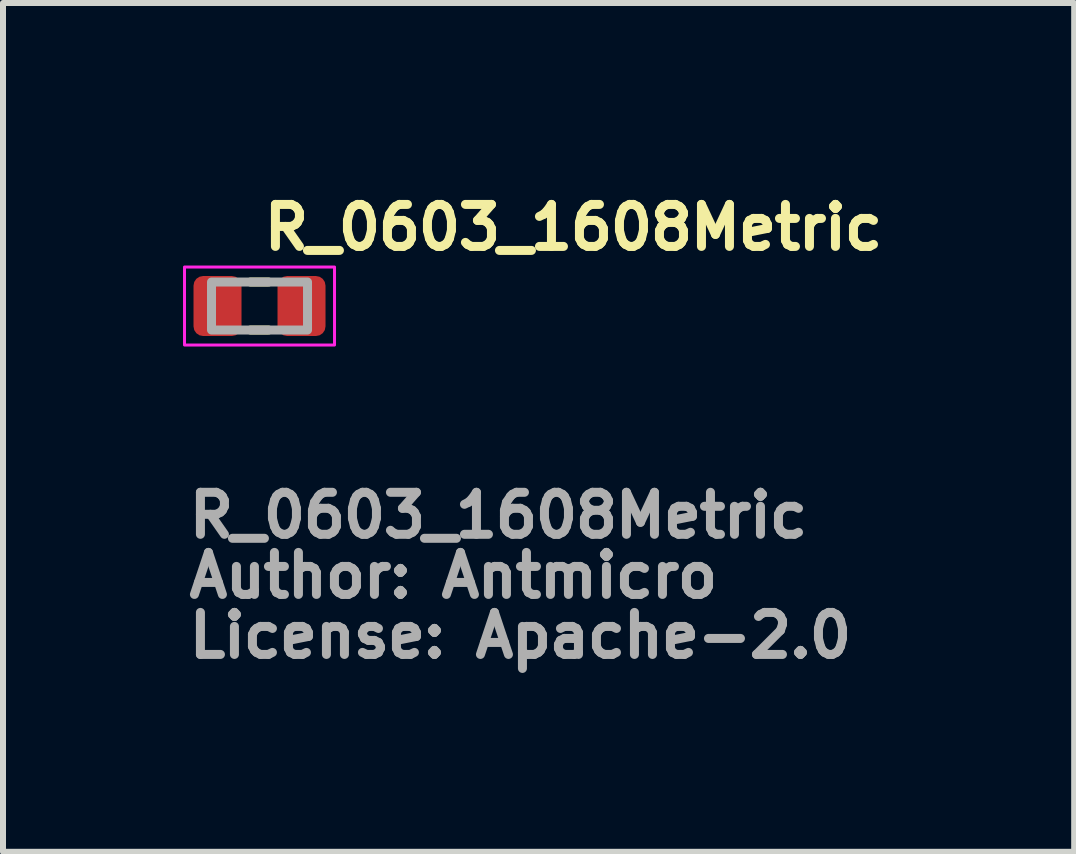
<source format=kicad_pcb>
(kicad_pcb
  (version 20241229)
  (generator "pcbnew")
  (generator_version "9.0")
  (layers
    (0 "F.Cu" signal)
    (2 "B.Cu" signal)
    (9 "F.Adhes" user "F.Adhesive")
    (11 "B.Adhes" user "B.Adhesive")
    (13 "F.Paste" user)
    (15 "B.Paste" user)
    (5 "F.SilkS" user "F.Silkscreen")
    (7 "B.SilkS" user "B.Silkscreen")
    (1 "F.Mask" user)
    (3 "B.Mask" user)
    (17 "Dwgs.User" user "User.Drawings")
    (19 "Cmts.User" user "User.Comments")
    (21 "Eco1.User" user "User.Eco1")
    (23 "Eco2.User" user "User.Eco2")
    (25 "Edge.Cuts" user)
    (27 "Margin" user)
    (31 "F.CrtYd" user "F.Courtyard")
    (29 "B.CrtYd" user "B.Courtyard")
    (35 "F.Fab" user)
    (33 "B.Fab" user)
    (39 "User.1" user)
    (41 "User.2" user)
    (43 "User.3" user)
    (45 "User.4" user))
  (footprint "R_0603_1608Metric"
    (layer "F.Cu")
    (at 1.275 2.05)
    (property "Reference" "R_0603_1608Metric" (at 0 -0.9 0) (layer "F.SilkS") (effects (font (size 0.7 0.7) (thickness 0.15)) (justify left bottom)))
    (attr smd)
    (fp_line (start -0.15 -0.4) (end 0.15 -0.4) (stroke (width 0.15) (type solid)) (layer "F.SilkS"))
    (fp_line (start -0.15 0.4) (end 0.15 0.4) (stroke (width 0.15) (type solid)) (layer "F.SilkS"))
    (fp_rect (start -1.25 -0.65) (end 1.25 0.65) (stroke (width 0.05) (type solid)) (fill no) (layer "F.CrtYd"))
    (fp_rect (start -0.8 -0.4) (end 0.8 0.4) (stroke (width 0.15) (type solid)) (fill no) (layer "F.Fab"))
    (fp_rect (start -0.8 -0.4) (end 0.8 0.4) (stroke (width 0.1) (type solid)) (fill no) (layer "User.5"))
    (fp_line (start -0.802 -0.398) (end -0.802 0.396) (stroke (width 0.02) (type solid)) (layer "User.9"))
    (fp_line (start -0.802 -0.398) (end -0.5 -0.398) (stroke (width 0.02) (type solid)) (layer "User.9"))
    (fp_line (start -0.5 -0.402) (end -0.5 0.4) (stroke (width 0.02) (type solid)) (layer "User.9"))
    (fp_line (start -0.5 -0.402) (end 0.498 -0.402) (stroke (width 0.02) (type solid)) (layer "User.9"))
    (fp_line (start -0.5 0.396) (end -0.802 0.396) (stroke (width 0.02) (type solid)) (layer "User.9"))
    (fp_line (start 0.498 -0.402) (end 0.498 0.4) (stroke (width 0.02) (type solid)) (layer "User.9"))
    (fp_line (start 0.498 -0.398) (end 0.8 -0.398) (stroke (width 0.02) (type solid)) (layer "User.9"))
    (fp_line (start 0.498 0.4) (end -0.5 0.4) (stroke (width 0.02) (type solid)) (layer "User.9"))
    (fp_line (start 0.8 -0.398) (end 0.8 0.396) (stroke (width 0.02) (type solid)) (layer "User.9"))
    (fp_line (start 0.8 0.396) (end 0.498 0.396) (stroke (width 0.02) (type solid)) (layer "User.9"))
    (fp_text user "Author: Antmicro" (at -1.25 4.9 0) (layer "F.Fab") (effects (font (size 0.7 0.7) (thickness 0.15)) (justify left bottom)))
    (fp_text user "${REFERENCE}" (at -1.25 3.898 0) (layer "F.Fab") (effects (font (size 0.7 0.7) (thickness 0.15)) (justify left bottom)))
    (fp_text user "License: Apache-2.0" (at -1.25 5.9 0) (layer "F.Fab") (effects (font (size 0.7 0.7) (thickness 0.15)) (justify left bottom)))
    (pad "1" smd roundrect (at -0.7 0) (size 0.8 1) (layers "F.Cu" "F.Mask" "F.Paste") (roundrect_rratio 0.2))
    (pad "2" smd roundrect (at 0.7 0) (size 0.8 1) (layers "F.Cu" "F.Mask" "F.Paste") (roundrect_rratio 0.2)))
  (gr_rect
    (start -3 -3)
    (end 14.852 11.146)
    (stroke (width 0.1) (type default))
    (fill no)
    (layer "Edge.Cuts")))
</source>
